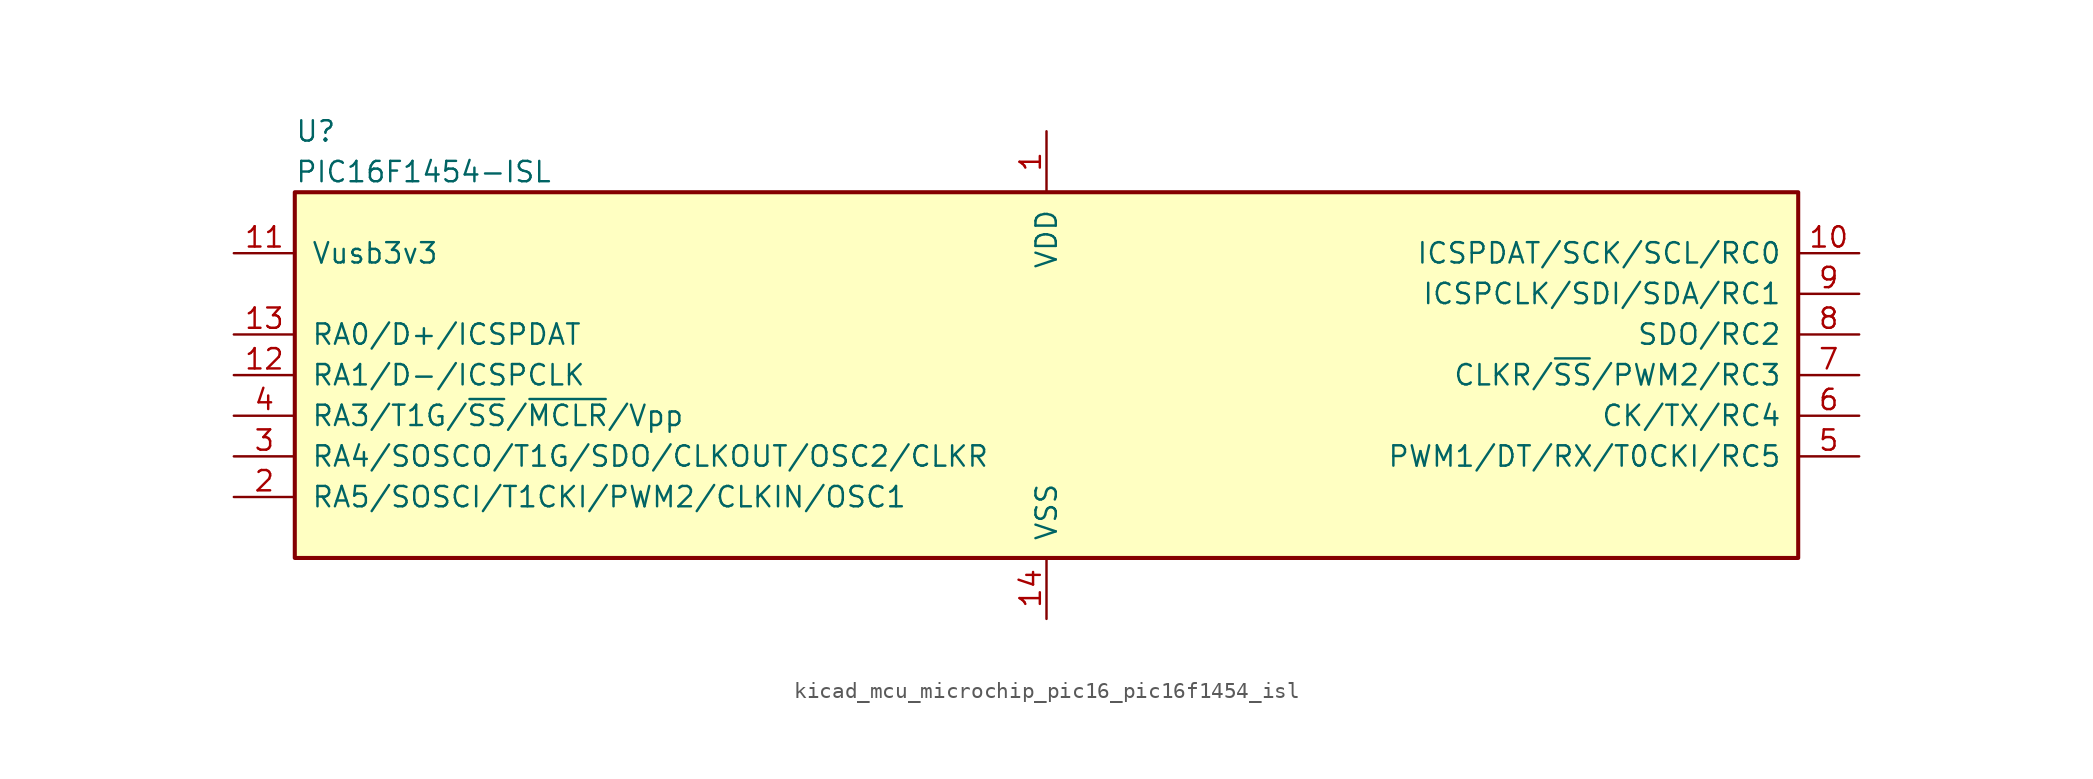
<source format=kicad_sym>
(kicad_symbol_lib
  (version 20220914)
  (generator kicad_symbol_editor)
  (symbol "kicad_mcu_microchip_pic16_pic16f1454_isl"
    (pin_names
      (offset 1.016))
    (property "Reference" "U"
      (at -46.99 15.24 0)
      (effects (font (size 1.27 1.27)) (justify left)))
    (property "Value" "PIC16F1454-ISL"
      (at -46.99 12.7 0)
      (effects (font (size 1.27 1.27)) (justify left)))
    (symbol "kicad_mcu_microchip_pic16_pic16f1454_isl_0_1"
      (rectangle (start -46.99 11.43) (end 46.99 -11.43) (stroke (width 0.254) (type default)) (fill (type background))))
    (symbol "kicad_mcu_microchip_pic16_pic16f1454_isl_1_1"
      (pin power_in line (at 0 15.24 270) (length 3.81) (name "VDD" (effects (font (size 1.27 1.27)))) (number "1" (effects (font (size 1.27 1.27)))))
      (pin bidirectional line (at 50.8 7.62 180) (length 3.81) (name "ICSPDAT/SCK/SCL/RC0" (effects (font (size 1.27 1.27)))) (number "10" (effects (font (size 1.27 1.27)))))
      (pin bidirectional line (at -50.8 7.62 0) (length 3.81) (name "Vusb3v3" (effects (font (size 1.27 1.27)))) (number "11" (effects (font (size 1.27 1.27)))))
      (pin bidirectional line (at -50.8 0 0) (length 3.81) (name "RA1/D-/ICSPCLK" (effects (font (size 1.27 1.27)))) (number "12" (effects (font (size 1.27 1.27)))))
      (pin bidirectional line (at -50.8 2.54 0) (length 3.81) (name "RA0/D+/ICSPDAT" (effects (font (size 1.27 1.27)))) (number "13" (effects (font (size 1.27 1.27)))))
      (pin power_in line (at 0 -15.24 90) (length 3.81) (name "VSS" (effects (font (size 1.27 1.27)))) (number "14" (effects (font (size 1.27 1.27)))))
      (pin bidirectional line (at -50.8 -7.62 0) (length 3.81) (name "RA5/SOSCI/T1CKI/PWM2/CLKIN/OSC1" (effects (font (size 1.27 1.27)))) (number "2" (effects (font (size 1.27 1.27)))))
      (pin bidirectional line (at -50.8 -5.08 0) (length 3.81) (name "RA4/SOSCO/T1G/SDO/CLKOUT/OSC2/CLKR" (effects (font (size 1.27 1.27)))) (number "3" (effects (font (size 1.27 1.27)))))
      (pin input line (at -50.8 -2.54 0) (length 3.81) (name "RA3/T1G/~{SS}/~{MCLR}/Vpp" (effects (font (size 1.27 1.27)))) (number "4" (effects (font (size 1.27 1.27)))))
      (pin bidirectional line (at 50.8 -5.08 180) (length 3.81) (name "PWM1/DT/RX/T0CKI/RC5" (effects (font (size 1.27 1.27)))) (number "5" (effects (font (size 1.27 1.27)))))
      (pin bidirectional line (at 50.8 -2.54 180) (length 3.81) (name "CK/TX/RC4" (effects (font (size 1.27 1.27)))) (number "6" (effects (font (size 1.27 1.27)))))
      (pin bidirectional line (at 50.8 0 180) (length 3.81) (name "CLKR/~{SS}/PWM2/RC3" (effects (font (size 1.27 1.27)))) (number "7" (effects (font (size 1.27 1.27)))))
      (pin bidirectional line (at 50.8 2.54 180) (length 3.81) (name "SDO/RC2" (effects (font (size 1.27 1.27)))) (number "8" (effects (font (size 1.27 1.27)))))
      (pin bidirectional line (at 50.8 5.08 180) (length 3.81) (name "ICSPCLK/SDI/SDA/RC1" (effects (font (size 1.27 1.27)))) (number "9" (effects (font (size 1.27 1.27))))))))
</source>
